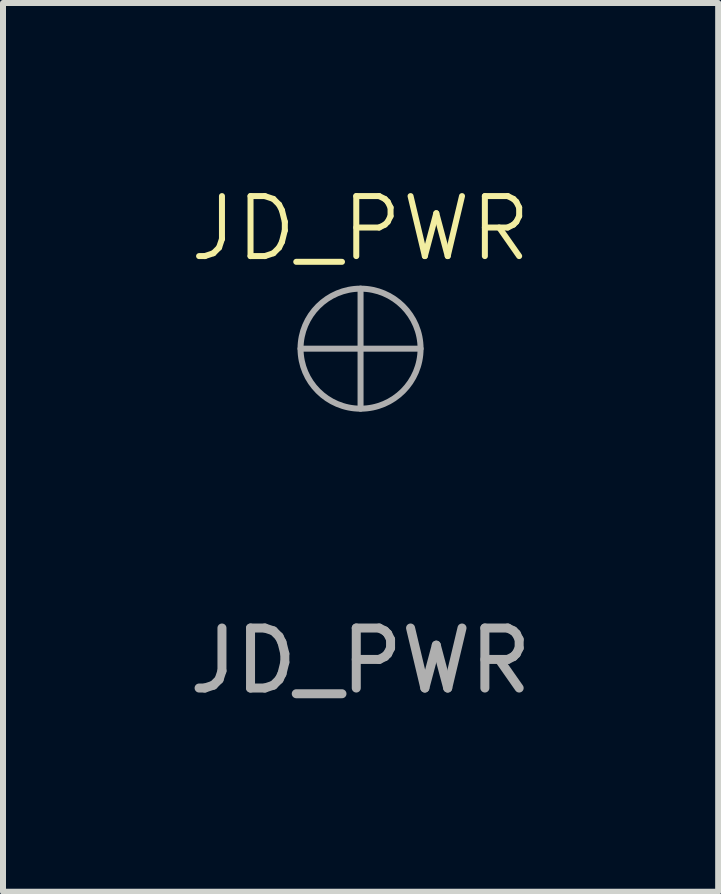
<source format=kicad_pcb>
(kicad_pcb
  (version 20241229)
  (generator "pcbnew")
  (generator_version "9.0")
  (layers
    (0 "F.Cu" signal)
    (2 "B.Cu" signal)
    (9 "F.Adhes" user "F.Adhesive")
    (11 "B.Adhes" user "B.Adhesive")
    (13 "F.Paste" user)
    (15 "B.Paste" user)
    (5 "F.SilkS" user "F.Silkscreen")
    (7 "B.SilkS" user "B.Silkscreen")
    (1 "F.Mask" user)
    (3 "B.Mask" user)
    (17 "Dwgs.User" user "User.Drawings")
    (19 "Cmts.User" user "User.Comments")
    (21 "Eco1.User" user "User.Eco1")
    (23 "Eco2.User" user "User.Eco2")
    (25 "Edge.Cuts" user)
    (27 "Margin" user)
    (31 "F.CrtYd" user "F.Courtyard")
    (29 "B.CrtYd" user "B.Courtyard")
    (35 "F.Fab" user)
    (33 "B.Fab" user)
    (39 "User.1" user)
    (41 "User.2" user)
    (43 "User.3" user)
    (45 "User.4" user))
  (footprint "JD_PWR"
    (layer "F.Cu")
    (at 2.958 2.76)
    (property "Reference" "JD_PWR" (at 0 -2 0) (unlocked yes) (layer "F.SilkS") (effects (font (size 1 1) (thickness 0.1))))
    (attr smd)
    (fp_circle (center 0 0) (end 0.05 0) (stroke (width 0) (type solid)) (fill yes) (layer "F.Cu"))
    (fp_line (start -1 0) (end 1 0) (stroke (width 0.1) (type default)) (layer "F.Fab"))
    (fp_line (start 0 -1) (end 0 1) (stroke (width 0.1) (type default)) (layer "F.Fab"))
    (fp_circle (center 0 0) (end 0 -1) (stroke (width 0.1) (type default)) (fill no) (layer "F.Fab"))
    (fp_circle (center 0 0) (end 0.055 0) (stroke (width 0.1) (type solid)) (fill no) (layer "User.1"))
    (fp_text user "${REFERENCE}" (at 0 5.2 0) (unlocked yes) (layer "F.Fab") (effects (font (size 1 1) (thickness 0.15)))))
  (gr_rect
    (start -3 -3)
    (end 8.917 11.809)
    (stroke (width 0.1) (type default))
    (fill no)
    (layer "Edge.Cuts")))
</source>
